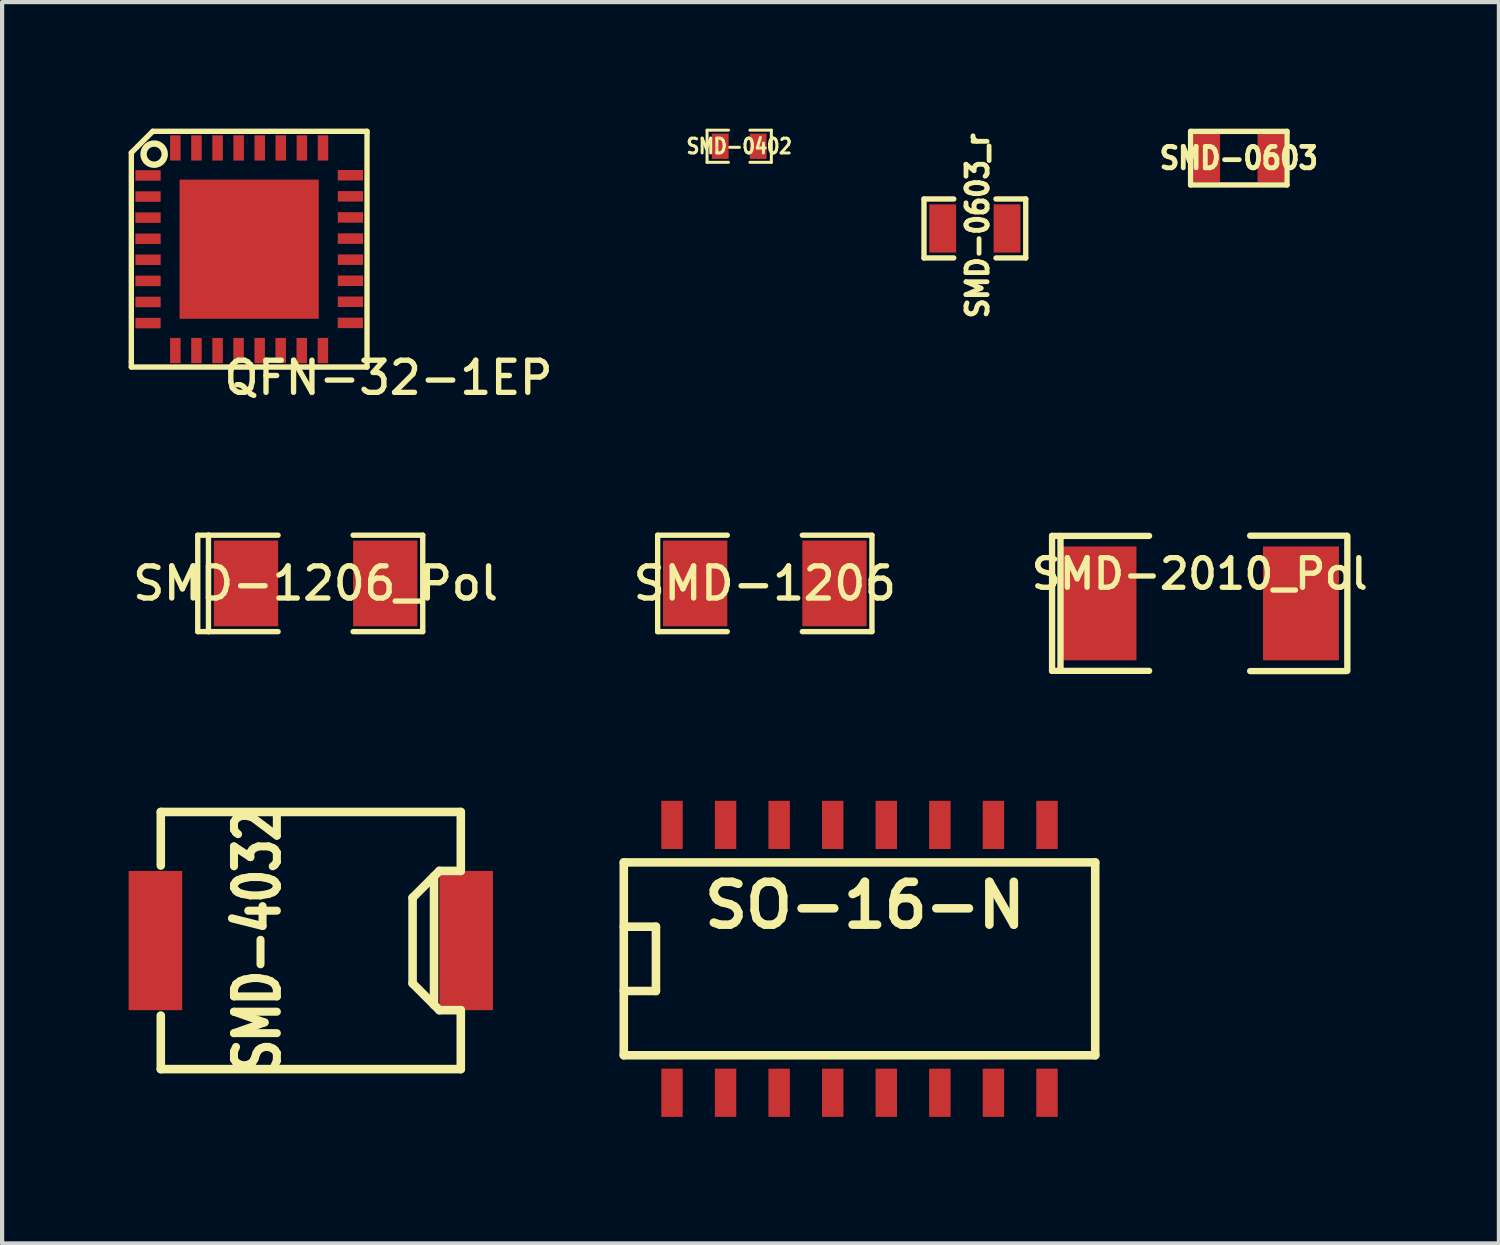
<source format=kicad_pcb>
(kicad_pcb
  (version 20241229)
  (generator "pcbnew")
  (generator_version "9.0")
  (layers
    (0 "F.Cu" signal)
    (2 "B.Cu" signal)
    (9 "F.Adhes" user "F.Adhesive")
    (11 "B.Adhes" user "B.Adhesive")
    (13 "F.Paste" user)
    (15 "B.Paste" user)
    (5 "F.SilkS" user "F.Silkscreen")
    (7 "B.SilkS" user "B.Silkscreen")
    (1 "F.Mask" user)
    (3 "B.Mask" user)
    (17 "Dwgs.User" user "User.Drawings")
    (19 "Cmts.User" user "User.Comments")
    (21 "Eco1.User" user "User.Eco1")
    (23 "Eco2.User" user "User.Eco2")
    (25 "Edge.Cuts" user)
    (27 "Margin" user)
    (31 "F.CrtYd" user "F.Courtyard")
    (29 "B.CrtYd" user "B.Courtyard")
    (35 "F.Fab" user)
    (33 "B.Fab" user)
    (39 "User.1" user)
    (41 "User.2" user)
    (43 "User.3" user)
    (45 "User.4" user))
  (footprint "SMD-2010_Pol"
    (layer "F.Cu")
    (at 25.391 11.254)
    (property "Reference" "SMD-2010_Pol" (at 0 -0.7 0) (layer "F.SilkS") (effects (font (size 0.701 0.701) (thickness 0.127))))
    (attr smd)
    (fp_line (start -3.5 -1.6) (end -3.5 1.6) (stroke (width 0.15) (type solid)) (layer "F.SilkS"))
    (fp_line (start -3.5 1.6) (end -1.2 1.6) (stroke (width 0.15) (type solid)) (layer "F.SilkS"))
    (fp_line (start -3.3 -1.6) (end -3.3 1.6) (stroke (width 0.15) (type solid)) (layer "F.SilkS"))
    (fp_line (start -1.2 -1.6) (end -3.5 -1.6) (stroke (width 0.15) (type solid)) (layer "F.SilkS"))
    (fp_line (start 1.196 1.605) (end 3.482 1.605) (stroke (width 0.15) (type solid)) (layer "F.SilkS"))
    (fp_line (start 3.482 -1.605) (end 1.196 -1.605) (stroke (width 0.15) (type solid)) (layer "F.SilkS"))
    (fp_line (start 3.5 -1.6) (end 3.5 1.6) (stroke (width 0.15) (type solid)) (layer "F.SilkS"))
    (pad "1" smd rect (at -2.4 0) (size 1.801 2.7) (layers "F.Cu" "F.Mask" "F.Paste"))
    (pad "2" smd rect (at 2.4 0) (size 1.801 2.7) (layers "F.Cu" "F.Mask" "F.Paste")))
  (footprint "QFN-32-1EP"
    (layer "F.Cu")
    (at 2.857 2.857)
    (property "Reference" "QFN-32-1EP" (at 3.302 3.048 0) (layer "F.SilkS") (effects (font (size 0.762 0.762) (thickness 0.127))))
    (attr smd)
    (fp_line (start -2.794 -2.286) (end -2.286 -2.794) (stroke (width 0.127) (type solid)) (layer "F.SilkS"))
    (fp_line (start -2.794 2.667) (end -2.794 -2.286) (stroke (width 0.127) (type solid)) (layer "F.SilkS"))
    (fp_line (start -2.794 2.794) (end -2.794 2.667) (stroke (width 0.127) (type solid)) (layer "F.SilkS"))
    (fp_line (start -2.286 -2.794) (end 2.794 -2.794) (stroke (width 0.127) (type solid)) (layer "F.SilkS"))
    (fp_line (start 2.794 -2.794) (end 2.794 2.794) (stroke (width 0.127) (type solid)) (layer "F.SilkS"))
    (fp_line (start 2.794 2.794) (end -2.794 2.794) (stroke (width 0.127) (type solid)) (layer "F.SilkS"))
    (fp_circle (center -2.253 -2.253) (end -2.253 -2.504) (stroke (width 0.152) (type solid)) (fill no) (layer "F.SilkS"))
    (pad "1" smd rect (at -2.398 -1.748) (size 0.599 0.249) (layers "F.Cu" "F.Mask" "F.Paste"))
    (pad "2" smd rect (at -2.398 -1.247) (size 0.599 0.249) (layers "F.Cu" "F.Mask" "F.Paste"))
    (pad "3" smd rect (at -2.398 -0.747) (size 0.599 0.249) (layers "F.Cu" "F.Mask" "F.Paste"))
    (pad "4" smd rect (at -2.398 -0.246) (size 0.599 0.249) (layers "F.Cu" "F.Mask" "F.Paste"))
    (pad "5" smd rect (at -2.398 0.251) (size 0.599 0.249) (layers "F.Cu" "F.Mask" "F.Paste"))
    (pad "6" smd rect (at -2.398 0.752) (size 0.599 0.249) (layers "F.Cu" "F.Mask" "F.Paste"))
    (pad "7" smd rect (at -2.398 1.252) (size 0.599 0.249) (layers "F.Cu" "F.Mask" "F.Paste"))
    (pad "8" smd rect (at -2.398 1.753) (size 0.599 0.249) (layers "F.Cu" "F.Mask" "F.Paste"))
    (pad "9" smd rect (at -1.75 2.403) (size 0.249 0.599) (layers "F.Cu" "F.Mask" "F.Paste"))
    (pad "10" smd rect (at -1.25 2.403) (size 0.249 0.599) (layers "F.Cu" "F.Mask" "F.Paste"))
    (pad "11" smd rect (at -0.749 2.403) (size 0.249 0.599) (layers "F.Cu" "F.Mask" "F.Paste"))
    (pad "12" smd rect (at -0.251 2.403) (size 0.249 0.599) (layers "F.Cu" "F.Mask" "F.Paste"))
    (pad "13" smd rect (at 0.249 2.403) (size 0.249 0.599) (layers "F.Cu" "F.Mask" "F.Paste"))
    (pad "14" smd rect (at 0.747 2.403) (size 0.249 0.599) (layers "F.Cu" "F.Mask" "F.Paste"))
    (pad "15" smd rect (at 1.247 2.403) (size 0.249 0.599) (layers "F.Cu" "F.Mask" "F.Paste"))
    (pad "16" smd rect (at 1.748 2.403) (size 0.249 0.599) (layers "F.Cu" "F.Mask" "F.Paste"))
    (pad "17" smd rect (at 2.398 1.748) (size 0.599 0.249) (layers "F.Cu" "F.Mask" "F.Paste"))
    (pad "18" smd rect (at 2.4 1.247) (size 0.599 0.249) (layers "F.Cu" "F.Mask" "F.Paste"))
    (pad "19" smd rect (at 2.4 0.749) (size 0.599 0.249) (layers "F.Cu" "F.Mask" "F.Paste"))
    (pad "20" smd rect (at 2.4 0.249) (size 0.599 0.249) (layers "F.Cu" "F.Mask" "F.Paste"))
    (pad "21" smd rect (at 2.4 -0.251) (size 0.599 0.249) (layers "F.Cu" "F.Mask" "F.Paste"))
    (pad "22" smd rect (at 2.4 -0.752) (size 0.599 0.249) (layers "F.Cu" "F.Mask" "F.Paste"))
    (pad "23" smd rect (at 2.4 -1.252) (size 0.599 0.249) (layers "F.Cu" "F.Mask" "F.Paste"))
    (pad "24" smd rect (at 2.4 -1.753) (size 0.599 0.249) (layers "F.Cu" "F.Mask" "F.Paste"))
    (pad "25" smd rect (at 1.75 -2.4) (size 0.249 0.599) (layers "F.Cu" "F.Mask" "F.Paste"))
    (pad "26" smd rect (at 1.25 -2.4) (size 0.249 0.599) (layers "F.Cu" "F.Mask" "F.Paste"))
    (pad "27" smd rect (at 0.749 -2.4) (size 0.249 0.599) (layers "F.Cu" "F.Mask" "F.Paste"))
    (pad "28" smd rect (at 0.251 -2.4) (size 0.249 0.599) (layers "F.Cu" "F.Mask" "F.Paste"))
    (pad "29" smd rect (at -0.249 -2.4) (size 0.249 0.599) (layers "F.Cu" "F.Mask" "F.Paste"))
    (pad "30" smd rect (at -0.749 -2.4) (size 0.249 0.599) (layers "F.Cu" "F.Mask" "F.Paste"))
    (pad "31" smd rect (at -1.25 -2.4) (size 0.249 0.599) (layers "F.Cu" "F.Mask" "F.Paste"))
    (pad "32" smd rect (at -1.75 -2.4) (size 0.249 0.599) (layers "F.Cu" "F.Mask" "F.Paste"))
    (pad "33" smd rect (at 0 0) (size 3.299 3.299) (layers "F.Cu" "F.Mask" "F.Paste")))
  (footprint "SO-16-N"
    (layer "F.Cu")
    (at 17.326 19.681)
    (property "Reference" "SO-16-N" (at 0.127 -1.27 0) (layer "F.SilkS") (effects (font (size 1.016 1.016) (thickness 0.203))))
    (attr smd)
    (fp_line (start -5.588 -2.286) (end 5.588 -2.286) (stroke (width 0.203) (type solid)) (layer "F.SilkS"))
    (fp_line (start -5.588 -0.762) (end -4.826 -0.762) (stroke (width 0.203) (type solid)) (layer "F.SilkS"))
    (fp_line (start -5.588 2.286) (end -5.588 -2.286) (stroke (width 0.203) (type solid)) (layer "F.SilkS"))
    (fp_line (start -4.826 -0.762) (end -4.826 0.762) (stroke (width 0.203) (type solid)) (layer "F.SilkS"))
    (fp_line (start -4.826 0.762) (end -5.588 0.762) (stroke (width 0.203) (type solid)) (layer "F.SilkS"))
    (fp_line (start 5.588 -2.286) (end 5.588 2.286) (stroke (width 0.203) (type solid)) (layer "F.SilkS"))
    (fp_line (start 5.588 2.286) (end -5.588 2.286) (stroke (width 0.203) (type solid)) (layer "F.SilkS"))
    (pad "1" smd rect (at -4.445 3.175) (size 0.508 1.143) (layers "F.Cu" "F.Mask" "F.Paste"))
    (pad "2" smd rect (at -3.175 3.175) (size 0.508 1.143) (layers "F.Cu" "F.Mask" "F.Paste"))
    (pad "3" smd rect (at -1.905 3.175) (size 0.508 1.143) (layers "F.Cu" "F.Mask" "F.Paste"))
    (pad "4" smd rect (at -0.635 3.175) (size 0.508 1.143) (layers "F.Cu" "F.Mask" "F.Paste"))
    (pad "5" smd rect (at 0.635 3.175) (size 0.508 1.143) (layers "F.Cu" "F.Mask" "F.Paste"))
    (pad "6" smd rect (at 1.905 3.175) (size 0.508 1.143) (layers "F.Cu" "F.Mask" "F.Paste"))
    (pad "7" smd rect (at 3.175 3.175) (size 0.508 1.143) (layers "F.Cu" "F.Mask" "F.Paste"))
    (pad "8" smd rect (at 4.445 3.175) (size 0.508 1.143) (layers "F.Cu" "F.Mask" "F.Paste"))
    (pad "9" smd rect (at 4.445 -3.175) (size 0.508 1.143) (layers "F.Cu" "F.Mask" "F.Paste"))
    (pad "10" smd rect (at 3.175 -3.175) (size 0.508 1.143) (layers "F.Cu" "F.Mask" "F.Paste"))
    (pad "11" smd rect (at 1.905 -3.175) (size 0.508 1.143) (layers "F.Cu" "F.Mask" "F.Paste"))
    (pad "12" smd rect (at 0.635 -3.175) (size 0.508 1.143) (layers "F.Cu" "F.Mask" "F.Paste"))
    (pad "13" smd rect (at -0.635 -3.175) (size 0.508 1.143) (layers "F.Cu" "F.Mask" "F.Paste"))
    (pad "14" smd rect (at -1.905 -3.175) (size 0.508 1.143) (layers "F.Cu" "F.Mask" "F.Paste"))
    (pad "15" smd rect (at -3.175 -3.175) (size 0.508 1.143) (layers "F.Cu" "F.Mask" "F.Paste"))
    (pad "16" smd rect (at -4.445 -3.175) (size 0.508 1.143) (layers "F.Cu" "F.Mask" "F.Paste")))
  (footprint "SMD-4032"
    (layer "F.Cu")
    (at 4.318 19.247)
    (property "Reference" "SMD-4032" (at -1.265 0 90) (layer "F.SilkS") (effects (font (size 1.016 0.762) (thickness 0.203))))
    (attr smd)
    (fp_line (start -3.556 -3.048) (end -3.556 -1.778) (stroke (width 0.203) (type solid)) (layer "F.SilkS"))
    (fp_line (start -3.556 -3.048) (end 3.556 -3.048) (stroke (width 0.203) (type solid)) (layer "F.SilkS"))
    (fp_line (start -3.556 3.048) (end -3.556 1.778) (stroke (width 0.203) (type solid)) (layer "F.SilkS"))
    (fp_line (start 2.413 1.016) (end 2.413 -1.016) (stroke (width 0.203) (type solid)) (layer "F.SilkS"))
    (fp_line (start 2.921 -1.524) (end 2.921 1.524) (stroke (width 0.203) (type solid)) (layer "F.SilkS"))
    (fp_line (start 3.048 -1.651) (end 2.413 -1.016) (stroke (width 0.203) (type solid)) (layer "F.SilkS"))
    (fp_line (start 3.048 1.651) (end 2.413 1.016) (stroke (width 0.203) (type solid)) (layer "F.SilkS"))
    (fp_line (start 3.556 -1.651) (end 3.048 -1.651) (stroke (width 0.203) (type solid)) (layer "F.SilkS"))
    (fp_line (start 3.556 -1.651) (end 3.556 -3.048) (stroke (width 0.203) (type solid)) (layer "F.SilkS"))
    (fp_line (start 3.556 1.651) (end 3.048 1.651) (stroke (width 0.203) (type solid)) (layer "F.SilkS"))
    (fp_line (start 3.556 3.048) (end -3.556 3.048) (stroke (width 0.203) (type solid)) (layer "F.SilkS"))
    (fp_line (start 3.556 3.048) (end 3.556 1.651) (stroke (width 0.203) (type solid)) (layer "F.SilkS"))
    (pad "1" smd rect (at -3.683 0) (size 1.27 3.302) (layers "F.Cu" "F.Mask" "F.Paste"))
    (pad "2" smd rect (at 3.683 0) (size 1.27 3.302) (layers "F.Cu" "F.Mask" "F.Paste")))
  (footprint "SMD-0603"
    (layer "F.Cu")
    (at 26.318 0.699)
    (property "Reference" "SMD-0603" (at 0 0 0) (layer "F.SilkS") (effects (font (size 0.508 0.457) (thickness 0.114))))
    (attr smd)
    (fp_line (start -1.143 -0.635) (end 1.143 -0.635) (stroke (width 0.127) (type solid)) (layer "F.SilkS"))
    (fp_line (start -1.143 0.635) (end -1.143 -0.635) (stroke (width 0.127) (type solid)) (layer "F.SilkS"))
    (fp_line (start 1.143 -0.635) (end 1.143 0.635) (stroke (width 0.127) (type solid)) (layer "F.SilkS"))
    (fp_line (start 1.143 0.635) (end -1.143 0.635) (stroke (width 0.127) (type solid)) (layer "F.SilkS"))
    (pad "1" smd rect (at -0.762 0) (size 0.635 1.143) (layers "F.Cu" "F.Mask" "F.Paste"))
    (pad "2" smd rect (at 0.762 0) (size 0.635 1.143) (layers "F.Cu" "F.Mask" "F.Paste")))
  (footprint "SMD-1206"
    (layer "F.Cu")
    (at 15.081 10.781)
    (property "Reference" "SMD-1206" (at 0 0 0) (layer "F.SilkS") (effects (font (size 0.762 0.762) (thickness 0.127))))
    (attr smd)
    (fp_line (start -2.54 -1.143) (end -2.54 1.143) (stroke (width 0.127) (type solid)) (layer "F.SilkS"))
    (fp_line (start -2.54 1.143) (end -0.889 1.143) (stroke (width 0.127) (type solid)) (layer "F.SilkS"))
    (fp_line (start -0.889 -1.143) (end -2.54 -1.143) (stroke (width 0.127) (type solid)) (layer "F.SilkS"))
    (fp_line (start 0.889 -1.143) (end 2.54 -1.143) (stroke (width 0.127) (type solid)) (layer "F.SilkS"))
    (fp_line (start 2.54 -1.143) (end 2.54 1.143) (stroke (width 0.127) (type solid)) (layer "F.SilkS"))
    (fp_line (start 2.54 1.143) (end 0.889 1.143) (stroke (width 0.127) (type solid)) (layer "F.SilkS"))
    (pad "1" smd rect (at -1.651 0) (size 1.524 2.032) (layers "F.Cu" "F.Mask" "F.Paste"))
    (pad "2" smd rect (at 1.651 0) (size 1.524 2.032) (layers "F.Cu" "F.Mask" "F.Paste")))
  (footprint "SMD-0402"
    (layer "F.Cu")
    (at 14.474 0.417)
    (property "Reference" "SMD-0402" (at 0 0 0) (layer "F.SilkS") (effects (font (size 0.351 0.305) (thickness 0.071))))
    (attr smd)
    (fp_line (start -0.762 -0.381) (end -0.762 0.381) (stroke (width 0.071) (type solid)) (layer "F.SilkS"))
    (fp_line (start -0.762 0.381) (end -0.254 0.381) (stroke (width 0.071) (type solid)) (layer "F.SilkS"))
    (fp_line (start -0.254 -0.381) (end -0.762 -0.381) (stroke (width 0.071) (type solid)) (layer "F.SilkS"))
    (fp_line (start 0.254 -0.381) (end 0.762 -0.381) (stroke (width 0.071) (type solid)) (layer "F.SilkS"))
    (fp_line (start 0.762 -0.381) (end 0.762 0.381) (stroke (width 0.071) (type solid)) (layer "F.SilkS"))
    (fp_line (start 0.762 0.381) (end 0.254 0.381) (stroke (width 0.071) (type solid)) (layer "F.SilkS"))
    (pad "1" smd rect (at -0.45 0) (size 0.399 0.599) (layers "F.Cu" "F.Mask" "F.Paste"))
    (pad "2" smd rect (at 0.45 0) (size 0.399 0.599) (layers "F.Cu" "F.Mask" "F.Paste")))
  (footprint "SMD-0603_r"
    (layer "F.Cu")
    (at 20.061 2.366)
    (property "Reference" "SMD-0603_r" (at 0.064 -0.064 90) (layer "F.SilkS") (effects (font (size 0.5 0.457) (thickness 0.114))))
    (attr smd)
    (fp_line (start -1.206 -0.699) (end -1.206 0.699) (stroke (width 0.127) (type solid)) (layer "F.SilkS"))
    (fp_line (start -1.206 0.699) (end -0.5 0.699) (stroke (width 0.127) (type solid)) (layer "F.SilkS"))
    (fp_line (start -0.5 -0.699) (end -1.206 -0.699) (stroke (width 0.127) (type solid)) (layer "F.SilkS"))
    (fp_line (start 1.206 -0.699) (end 0.5 -0.699) (stroke (width 0.127) (type solid)) (layer "F.SilkS"))
    (fp_line (start 1.206 -0.699) (end 1.206 0.699) (stroke (width 0.127) (type solid)) (layer "F.SilkS"))
    (fp_line (start 1.206 0.699) (end 0.5 0.699) (stroke (width 0.127) (type solid)) (layer "F.SilkS"))
    (pad "1" smd rect (at -0.762 0) (size 0.635 1.143) (layers "F.Cu" "F.Mask" "F.Paste"))
    (pad "2" smd rect (at 0.762 0) (size 0.635 1.143) (layers "F.Cu" "F.Mask" "F.Paste")))
  (footprint "SMD-1206_Pol"
    (layer "F.Cu")
    (at 4.432 10.781)
    (property "Reference" "SMD-1206_Pol" (at 0 0 0) (layer "F.SilkS") (effects (font (size 0.762 0.762) (thickness 0.127))))
    (attr smd)
    (fp_line (start -2.794 -1.143) (end -2.794 1.143) (stroke (width 0.127) (type solid)) (layer "F.SilkS"))
    (fp_line (start -2.794 1.143) (end -2.54 1.143) (stroke (width 0.127) (type solid)) (layer "F.SilkS"))
    (fp_line (start -2.54 -1.143) (end -2.794 -1.143) (stroke (width 0.127) (type solid)) (layer "F.SilkS"))
    (fp_line (start -2.54 -1.143) (end -2.54 1.143) (stroke (width 0.127) (type solid)) (layer "F.SilkS"))
    (fp_line (start -2.54 1.143) (end -0.889 1.143) (stroke (width 0.127) (type solid)) (layer "F.SilkS"))
    (fp_line (start -0.889 -1.143) (end -2.54 -1.143) (stroke (width 0.127) (type solid)) (layer "F.SilkS"))
    (fp_line (start 0.889 -1.143) (end 2.54 -1.143) (stroke (width 0.127) (type solid)) (layer "F.SilkS"))
    (fp_line (start 2.54 -1.143) (end 2.54 1.143) (stroke (width 0.127) (type solid)) (layer "F.SilkS"))
    (fp_line (start 2.54 1.143) (end 0.889 1.143) (stroke (width 0.127) (type solid)) (layer "F.SilkS"))
    (pad "1" smd rect (at -1.651 0) (size 1.524 2.032) (layers "F.Cu" "F.Mask" "F.Paste"))
    (pad "2" smd rect (at 1.651 0) (size 1.524 2.032) (layers "F.Cu" "F.Mask" "F.Paste")))
  (gr_rect
    (start -3 -3)
    (end 32.484 26.428)
    (stroke (width 0.1) (type default))
    (fill no)
    (layer "Edge.Cuts")))
</source>
